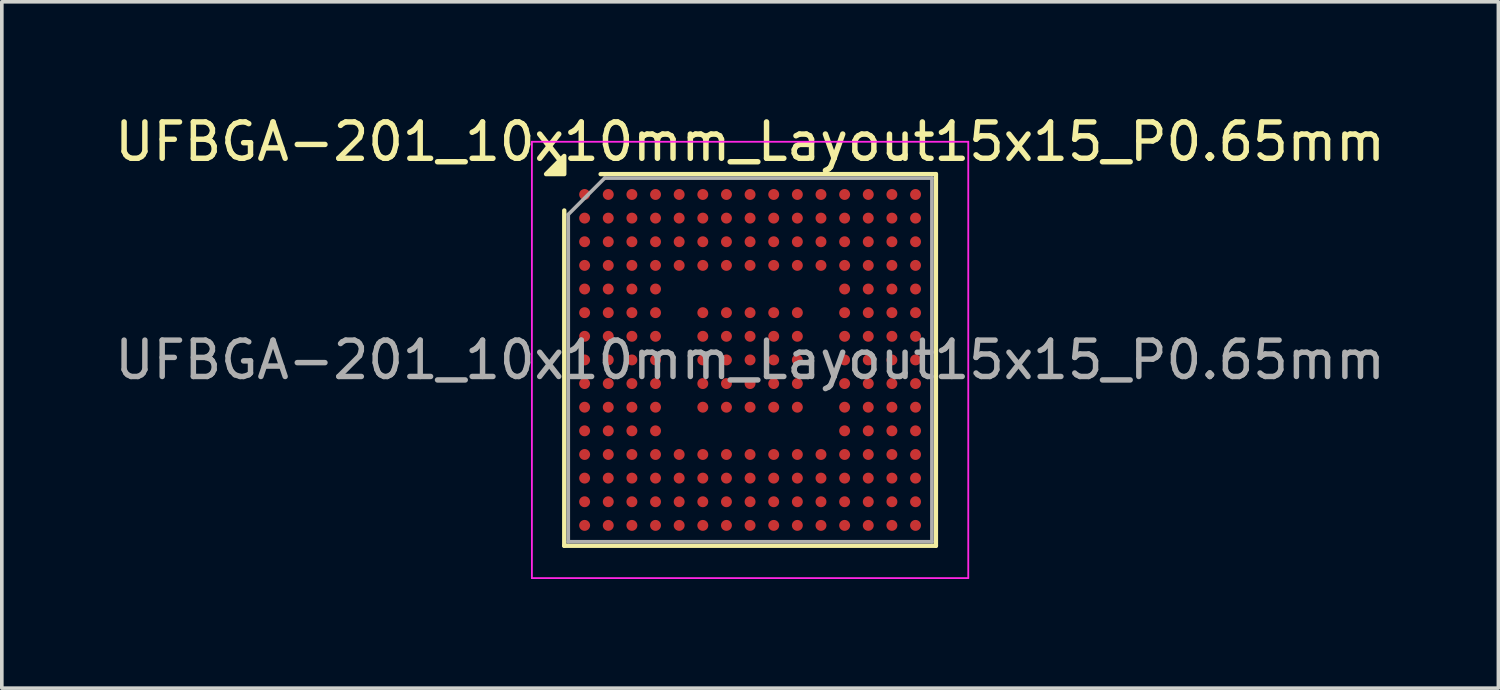
<source format=kicad_pcb>
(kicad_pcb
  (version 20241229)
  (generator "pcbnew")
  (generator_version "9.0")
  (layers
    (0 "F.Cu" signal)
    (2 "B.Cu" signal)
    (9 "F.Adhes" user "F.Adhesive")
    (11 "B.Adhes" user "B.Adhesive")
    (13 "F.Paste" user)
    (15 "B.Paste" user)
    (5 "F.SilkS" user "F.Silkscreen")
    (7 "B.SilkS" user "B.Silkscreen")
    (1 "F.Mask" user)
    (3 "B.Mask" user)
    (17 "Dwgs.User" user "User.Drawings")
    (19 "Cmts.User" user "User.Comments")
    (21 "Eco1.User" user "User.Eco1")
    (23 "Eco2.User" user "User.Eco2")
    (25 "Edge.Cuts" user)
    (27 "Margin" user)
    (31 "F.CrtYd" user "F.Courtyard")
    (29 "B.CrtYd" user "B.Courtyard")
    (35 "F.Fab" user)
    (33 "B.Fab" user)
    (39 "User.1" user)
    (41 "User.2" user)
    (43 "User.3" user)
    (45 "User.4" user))
  (footprint "UFBGA-201_10x10mm_Layout15x15_P0.65mm"
    (layer "F.Cu")
    (at 17.577 6.848)
    (property "Reference" "UFBGA-201_10x10mm_Layout15x15_P0.65mm" (at 0 -6 0) (layer "F.SilkS") (effects (font (size 1 1) (thickness 0.15))))
    (attr smd)
    (fp_line (start -5.11 5.11) (end -5.11 -4.11) (stroke (width 0.12) (type solid)) (layer "F.SilkS"))
    (fp_line (start -4.11 -5.11) (end 5.11 -5.11) (stroke (width 0.12) (type solid)) (layer "F.SilkS"))
    (fp_line (start 5.11 -5.11) (end 5.11 5.11) (stroke (width 0.12) (type solid)) (layer "F.SilkS"))
    (fp_line (start 5.11 5.11) (end -5.11 5.11) (stroke (width 0.12) (type solid)) (layer "F.SilkS"))
    (fp_poly (pts (xy -5.11 -5.11) (xy -5.61 -5.11) (xy -5.11 -5.61) (xy -5.11 -5.11)) (stroke (width 0.12) (type solid)) (fill yes) (layer "F.SilkS"))
    (fp_line (start -6 -6) (end -6 6) (stroke (width 0.05) (type solid)) (layer "F.CrtYd"))
    (fp_line (start -6 6) (end 6 6) (stroke (width 0.05) (type solid)) (layer "F.CrtYd"))
    (fp_line (start 6 -6) (end -6 -6) (stroke (width 0.05) (type solid)) (layer "F.CrtYd"))
    (fp_line (start 6 6) (end 6 -6) (stroke (width 0.05) (type solid)) (layer "F.CrtYd"))
    (fp_line (start -5 -4) (end -4 -5) (stroke (width 0.1) (type solid)) (layer "F.Fab"))
    (fp_line (start -5 5) (end -5 -4) (stroke (width 0.1) (type solid)) (layer "F.Fab"))
    (fp_line (start -4 -5) (end 5 -5) (stroke (width 0.1) (type solid)) (layer "F.Fab"))
    (fp_line (start 5 -5) (end 5 5) (stroke (width 0.1) (type solid)) (layer "F.Fab"))
    (fp_line (start 5 5) (end -5 5) (stroke (width 0.1) (type solid)) (layer "F.Fab"))
    (fp_text user "${REFERENCE}" (at 0 0 0) (layer "F.Fab") (effects (font (size 1 1) (thickness 0.15))))
    (pad "A1" smd circle (at -4.55 -4.55) (size 0.3 0.3) (property pad_prop_bga) (layers "F.Cu" "F.Mask" "F.Paste"))
    (pad "A2" smd circle (at -3.9 -4.55) (size 0.3 0.3) (property pad_prop_bga) (layers "F.Cu" "F.Mask" "F.Paste"))
    (pad "A3" smd circle (at -3.25 -4.55) (size 0.3 0.3) (property pad_prop_bga) (layers "F.Cu" "F.Mask" "F.Paste"))
    (pad "A4" smd circle (at -2.6 -4.55) (size 0.3 0.3) (property pad_prop_bga) (layers "F.Cu" "F.Mask" "F.Paste"))
    (pad "A5" smd circle (at -1.95 -4.55) (size 0.3 0.3) (property pad_prop_bga) (layers "F.Cu" "F.Mask" "F.Paste"))
    (pad "A6" smd circle (at -1.3 -4.55) (size 0.3 0.3) (property pad_prop_bga) (layers "F.Cu" "F.Mask" "F.Paste"))
    (pad "A7" smd circle (at -0.65 -4.55) (size 0.3 0.3) (property pad_prop_bga) (layers "F.Cu" "F.Mask" "F.Paste"))
    (pad "A8" smd circle (at 0 -4.55) (size 0.3 0.3) (property pad_prop_bga) (layers "F.Cu" "F.Mask" "F.Paste"))
    (pad "A9" smd circle (at 0.65 -4.55) (size 0.3 0.3) (property pad_prop_bga) (layers "F.Cu" "F.Mask" "F.Paste"))
    (pad "A10" smd circle (at 1.3 -4.55) (size 0.3 0.3) (property pad_prop_bga) (layers "F.Cu" "F.Mask" "F.Paste"))
    (pad "A11" smd circle (at 1.95 -4.55) (size 0.3 0.3) (property pad_prop_bga) (layers "F.Cu" "F.Mask" "F.Paste"))
    (pad "A12" smd circle (at 2.6 -4.55) (size 0.3 0.3) (property pad_prop_bga) (layers "F.Cu" "F.Mask" "F.Paste"))
    (pad "A13" smd circle (at 3.25 -4.55) (size 0.3 0.3) (property pad_prop_bga) (layers "F.Cu" "F.Mask" "F.Paste"))
    (pad "A14" smd circle (at 3.9 -4.55) (size 0.3 0.3) (property pad_prop_bga) (layers "F.Cu" "F.Mask" "F.Paste"))
    (pad "A15" smd circle (at 4.55 -4.55) (size 0.3 0.3) (property pad_prop_bga) (layers "F.Cu" "F.Mask" "F.Paste"))
    (pad "B1" smd circle (at -4.55 -3.9) (size 0.3 0.3) (property pad_prop_bga) (layers "F.Cu" "F.Mask" "F.Paste"))
    (pad "B2" smd circle (at -3.9 -3.9) (size 0.3 0.3) (property pad_prop_bga) (layers "F.Cu" "F.Mask" "F.Paste"))
    (pad "B3" smd circle (at -3.25 -3.9) (size 0.3 0.3) (property pad_prop_bga) (layers "F.Cu" "F.Mask" "F.Paste"))
    (pad "B4" smd circle (at -2.6 -3.9) (size 0.3 0.3) (property pad_prop_bga) (layers "F.Cu" "F.Mask" "F.Paste"))
    (pad "B5" smd circle (at -1.95 -3.9) (size 0.3 0.3) (property pad_prop_bga) (layers "F.Cu" "F.Mask" "F.Paste"))
    (pad "B6" smd circle (at -1.3 -3.9) (size 0.3 0.3) (property pad_prop_bga) (layers "F.Cu" "F.Mask" "F.Paste"))
    (pad "B7" smd circle (at -0.65 -3.9) (size 0.3 0.3) (property pad_prop_bga) (layers "F.Cu" "F.Mask" "F.Paste"))
    (pad "B8" smd circle (at 0 -3.9) (size 0.3 0.3) (property pad_prop_bga) (layers "F.Cu" "F.Mask" "F.Paste"))
    (pad "B9" smd circle (at 0.65 -3.9) (size 0.3 0.3) (property pad_prop_bga) (layers "F.Cu" "F.Mask" "F.Paste"))
    (pad "B10" smd circle (at 1.3 -3.9) (size 0.3 0.3) (property pad_prop_bga) (layers "F.Cu" "F.Mask" "F.Paste"))
    (pad "B11" smd circle (at 1.95 -3.9) (size 0.3 0.3) (property pad_prop_bga) (layers "F.Cu" "F.Mask" "F.Paste"))
    (pad "B12" smd circle (at 2.6 -3.9) (size 0.3 0.3) (property pad_prop_bga) (layers "F.Cu" "F.Mask" "F.Paste"))
    (pad "B13" smd circle (at 3.25 -3.9) (size 0.3 0.3) (property pad_prop_bga) (layers "F.Cu" "F.Mask" "F.Paste"))
    (pad "B14" smd circle (at 3.9 -3.9) (size 0.3 0.3) (property pad_prop_bga) (layers "F.Cu" "F.Mask" "F.Paste"))
    (pad "B15" smd circle (at 4.55 -3.9) (size 0.3 0.3) (property pad_prop_bga) (layers "F.Cu" "F.Mask" "F.Paste"))
    (pad "C1" smd circle (at -4.55 -3.25) (size 0.3 0.3) (property pad_prop_bga) (layers "F.Cu" "F.Mask" "F.Paste"))
    (pad "C2" smd circle (at -3.9 -3.25) (size 0.3 0.3) (property pad_prop_bga) (layers "F.Cu" "F.Mask" "F.Paste"))
    (pad "C3" smd circle (at -3.25 -3.25) (size 0.3 0.3) (property pad_prop_bga) (layers "F.Cu" "F.Mask" "F.Paste"))
    (pad "C4" smd circle (at -2.6 -3.25) (size 0.3 0.3) (property pad_prop_bga) (layers "F.Cu" "F.Mask" "F.Paste"))
    (pad "C5" smd circle (at -1.95 -3.25) (size 0.3 0.3) (property pad_prop_bga) (layers "F.Cu" "F.Mask" "F.Paste"))
    (pad "C6" smd circle (at -1.3 -3.25) (size 0.3 0.3) (property pad_prop_bga) (layers "F.Cu" "F.Mask" "F.Paste"))
    (pad "C7" smd circle (at -0.65 -3.25) (size 0.3 0.3) (property pad_prop_bga) (layers "F.Cu" "F.Mask" "F.Paste"))
    (pad "C8" smd circle (at 0 -3.25) (size 0.3 0.3) (property pad_prop_bga) (layers "F.Cu" "F.Mask" "F.Paste"))
    (pad "C9" smd circle (at 0.65 -3.25) (size 0.3 0.3) (property pad_prop_bga) (layers "F.Cu" "F.Mask" "F.Paste"))
    (pad "C10" smd circle (at 1.3 -3.25) (size 0.3 0.3) (property pad_prop_bga) (layers "F.Cu" "F.Mask" "F.Paste"))
    (pad "C11" smd circle (at 1.95 -3.25) (size 0.3 0.3) (property pad_prop_bga) (layers "F.Cu" "F.Mask" "F.Paste"))
    (pad "C12" smd circle (at 2.6 -3.25) (size 0.3 0.3) (property pad_prop_bga) (layers "F.Cu" "F.Mask" "F.Paste"))
    (pad "C13" smd circle (at 3.25 -3.25) (size 0.3 0.3) (property pad_prop_bga) (layers "F.Cu" "F.Mask" "F.Paste"))
    (pad "C14" smd circle (at 3.9 -3.25) (size 0.3 0.3) (property pad_prop_bga) (layers "F.Cu" "F.Mask" "F.Paste"))
    (pad "C15" smd circle (at 4.55 -3.25) (size 0.3 0.3) (property pad_prop_bga) (layers "F.Cu" "F.Mask" "F.Paste"))
    (pad "D1" smd circle (at -4.55 -2.6) (size 0.3 0.3) (property pad_prop_bga) (layers "F.Cu" "F.Mask" "F.Paste"))
    (pad "D2" smd circle (at -3.9 -2.6) (size 0.3 0.3) (property pad_prop_bga) (layers "F.Cu" "F.Mask" "F.Paste"))
    (pad "D3" smd circle (at -3.25 -2.6) (size 0.3 0.3) (property pad_prop_bga) (layers "F.Cu" "F.Mask" "F.Paste"))
    (pad "D4" smd circle (at -2.6 -2.6) (size 0.3 0.3) (property pad_prop_bga) (layers "F.Cu" "F.Mask" "F.Paste"))
    (pad "D5" smd circle (at -1.95 -2.6) (size 0.3 0.3) (property pad_prop_bga) (layers "F.Cu" "F.Mask" "F.Paste"))
    (pad "D6" smd circle (at -1.3 -2.6) (size 0.3 0.3) (property pad_prop_bga) (layers "F.Cu" "F.Mask" "F.Paste"))
    (pad "D7" smd circle (at -0.65 -2.6) (size 0.3 0.3) (property pad_prop_bga) (layers "F.Cu" "F.Mask" "F.Paste"))
    (pad "D8" smd circle (at 0 -2.6) (size 0.3 0.3) (property pad_prop_bga) (layers "F.Cu" "F.Mask" "F.Paste"))
    (pad "D9" smd circle (at 0.65 -2.6) (size 0.3 0.3) (property pad_prop_bga) (layers "F.Cu" "F.Mask" "F.Paste"))
    (pad "D10" smd circle (at 1.3 -2.6) (size 0.3 0.3) (property pad_prop_bga) (layers "F.Cu" "F.Mask" "F.Paste"))
    (pad "D11" smd circle (at 1.95 -2.6) (size 0.3 0.3) (property pad_prop_bga) (layers "F.Cu" "F.Mask" "F.Paste"))
    (pad "D12" smd circle (at 2.6 -2.6) (size 0.3 0.3) (property pad_prop_bga) (layers "F.Cu" "F.Mask" "F.Paste"))
    (pad "D13" smd circle (at 3.25 -2.6) (size 0.3 0.3) (property pad_prop_bga) (layers "F.Cu" "F.Mask" "F.Paste"))
    (pad "D14" smd circle (at 3.9 -2.6) (size 0.3 0.3) (property pad_prop_bga) (layers "F.Cu" "F.Mask" "F.Paste"))
    (pad "D15" smd circle (at 4.55 -2.6) (size 0.3 0.3) (property pad_prop_bga) (layers "F.Cu" "F.Mask" "F.Paste"))
    (pad "E1" smd circle (at -4.55 -1.95) (size 0.3 0.3) (property pad_prop_bga) (layers "F.Cu" "F.Mask" "F.Paste"))
    (pad "E2" smd circle (at -3.9 -1.95) (size 0.3 0.3) (property pad_prop_bga) (layers "F.Cu" "F.Mask" "F.Paste"))
    (pad "E3" smd circle (at -3.25 -1.95) (size 0.3 0.3) (property pad_prop_bga) (layers "F.Cu" "F.Mask" "F.Paste"))
    (pad "E4" smd circle (at -2.6 -1.95) (size 0.3 0.3) (property pad_prop_bga) (layers "F.Cu" "F.Mask" "F.Paste"))
    (pad "E12" smd circle (at 2.6 -1.95) (size 0.3 0.3) (property pad_prop_bga) (layers "F.Cu" "F.Mask" "F.Paste"))
    (pad "E13" smd circle (at 3.25 -1.95) (size 0.3 0.3) (property pad_prop_bga) (layers "F.Cu" "F.Mask" "F.Paste"))
    (pad "E14" smd circle (at 3.9 -1.95) (size 0.3 0.3) (property pad_prop_bga) (layers "F.Cu" "F.Mask" "F.Paste"))
    (pad "E15" smd circle (at 4.55 -1.95) (size 0.3 0.3) (property pad_prop_bga) (layers "F.Cu" "F.Mask" "F.Paste"))
    (pad "F1" smd circle (at -4.55 -1.3) (size 0.3 0.3) (property pad_prop_bga) (layers "F.Cu" "F.Mask" "F.Paste"))
    (pad "F2" smd circle (at -3.9 -1.3) (size 0.3 0.3) (property pad_prop_bga) (layers "F.Cu" "F.Mask" "F.Paste"))
    (pad "F3" smd circle (at -3.25 -1.3) (size 0.3 0.3) (property pad_prop_bga) (layers "F.Cu" "F.Mask" "F.Paste"))
    (pad "F4" smd circle (at -2.6 -1.3) (size 0.3 0.3) (property pad_prop_bga) (layers "F.Cu" "F.Mask" "F.Paste"))
    (pad "F6" smd circle (at -1.3 -1.3) (size 0.3 0.3) (property pad_prop_bga) (layers "F.Cu" "F.Mask" "F.Paste"))
    (pad "F7" smd circle (at -0.65 -1.3) (size 0.3 0.3) (property pad_prop_bga) (layers "F.Cu" "F.Mask" "F.Paste"))
    (pad "F8" smd circle (at 0 -1.3) (size 0.3 0.3) (property pad_prop_bga) (layers "F.Cu" "F.Mask" "F.Paste"))
    (pad "F9" smd circle (at 0.65 -1.3) (size 0.3 0.3) (property pad_prop_bga) (layers "F.Cu" "F.Mask" "F.Paste"))
    (pad "F10" smd circle (at 1.3 -1.3) (size 0.3 0.3) (property pad_prop_bga) (layers "F.Cu" "F.Mask" "F.Paste"))
    (pad "F12" smd circle (at 2.6 -1.3) (size 0.3 0.3) (property pad_prop_bga) (layers "F.Cu" "F.Mask" "F.Paste"))
    (pad "F13" smd circle (at 3.25 -1.3) (size 0.3 0.3) (property pad_prop_bga) (layers "F.Cu" "F.Mask" "F.Paste"))
    (pad "F14" smd circle (at 3.9 -1.3) (size 0.3 0.3) (property pad_prop_bga) (layers "F.Cu" "F.Mask" "F.Paste"))
    (pad "F15" smd circle (at 4.55 -1.3) (size 0.3 0.3) (property pad_prop_bga) (layers "F.Cu" "F.Mask" "F.Paste"))
    (pad "G1" smd circle (at -4.55 -0.65) (size 0.3 0.3) (property pad_prop_bga) (layers "F.Cu" "F.Mask" "F.Paste"))
    (pad "G2" smd circle (at -3.9 -0.65) (size 0.3 0.3) (property pad_prop_bga) (layers "F.Cu" "F.Mask" "F.Paste"))
    (pad "G3" smd circle (at -3.25 -0.65) (size 0.3 0.3) (property pad_prop_bga) (layers "F.Cu" "F.Mask" "F.Paste"))
    (pad "G4" smd circle (at -2.6 -0.65) (size 0.3 0.3) (property pad_prop_bga) (layers "F.Cu" "F.Mask" "F.Paste"))
    (pad "G6" smd circle (at -1.3 -0.65) (size 0.3 0.3) (property pad_prop_bga) (layers "F.Cu" "F.Mask" "F.Paste"))
    (pad "G7" smd circle (at -0.65 -0.65) (size 0.3 0.3) (property pad_prop_bga) (layers "F.Cu" "F.Mask" "F.Paste"))
    (pad "G8" smd circle (at 0 -0.65) (size 0.3 0.3) (property pad_prop_bga) (layers "F.Cu" "F.Mask" "F.Paste"))
    (pad "G9" smd circle (at 0.65 -0.65) (size 0.3 0.3) (property pad_prop_bga) (layers "F.Cu" "F.Mask" "F.Paste"))
    (pad "G10" smd circle (at 1.3 -0.65) (size 0.3 0.3) (property pad_prop_bga) (layers "F.Cu" "F.Mask" "F.Paste"))
    (pad "G12" smd circle (at 2.6 -0.65) (size 0.3 0.3) (property pad_prop_bga) (layers "F.Cu" "F.Mask" "F.Paste"))
    (pad "G13" smd circle (at 3.25 -0.65) (size 0.3 0.3) (property pad_prop_bga) (layers "F.Cu" "F.Mask" "F.Paste"))
    (pad "G14" smd circle (at 3.9 -0.65) (size 0.3 0.3) (property pad_prop_bga) (layers "F.Cu" "F.Mask" "F.Paste"))
    (pad "G15" smd circle (at 4.55 -0.65) (size 0.3 0.3) (property pad_prop_bga) (layers "F.Cu" "F.Mask" "F.Paste"))
    (pad "H1" smd circle (at -4.55 0) (size 0.3 0.3) (property pad_prop_bga) (layers "F.Cu" "F.Mask" "F.Paste"))
    (pad "H2" smd circle (at -3.9 0) (size 0.3 0.3) (property pad_prop_bga) (layers "F.Cu" "F.Mask" "F.Paste"))
    (pad "H3" smd circle (at -3.25 0) (size 0.3 0.3) (property pad_prop_bga) (layers "F.Cu" "F.Mask" "F.Paste"))
    (pad "H4" smd circle (at -2.6 0) (size 0.3 0.3) (property pad_prop_bga) (layers "F.Cu" "F.Mask" "F.Paste"))
    (pad "H6" smd circle (at -1.3 0) (size 0.3 0.3) (property pad_prop_bga) (layers "F.Cu" "F.Mask" "F.Paste"))
    (pad "H7" smd circle (at -0.65 0) (size 0.3 0.3) (property pad_prop_bga) (layers "F.Cu" "F.Mask" "F.Paste"))
    (pad "H8" smd circle (at 0 0) (size 0.3 0.3) (property pad_prop_bga) (layers "F.Cu" "F.Mask" "F.Paste"))
    (pad "H9" smd circle (at 0.65 0) (size 0.3 0.3) (property pad_prop_bga) (layers "F.Cu" "F.Mask" "F.Paste"))
    (pad "H10" smd circle (at 1.3 0) (size 0.3 0.3) (property pad_prop_bga) (layers "F.Cu" "F.Mask" "F.Paste"))
    (pad "H12" smd circle (at 2.6 0) (size 0.3 0.3) (property pad_prop_bga) (layers "F.Cu" "F.Mask" "F.Paste"))
    (pad "H13" smd circle (at 3.25 0) (size 0.3 0.3) (property pad_prop_bga) (layers "F.Cu" "F.Mask" "F.Paste"))
    (pad "H14" smd circle (at 3.9 0) (size 0.3 0.3) (property pad_prop_bga) (layers "F.Cu" "F.Mask" "F.Paste"))
    (pad "H15" smd circle (at 4.55 0) (size 0.3 0.3) (property pad_prop_bga) (layers "F.Cu" "F.Mask" "F.Paste"))
    (pad "J1" smd circle (at -4.55 0.65) (size 0.3 0.3) (property pad_prop_bga) (layers "F.Cu" "F.Mask" "F.Paste"))
    (pad "J2" smd circle (at -3.9 0.65) (size 0.3 0.3) (property pad_prop_bga) (layers "F.Cu" "F.Mask" "F.Paste"))
    (pad "J3" smd circle (at -3.25 0.65) (size 0.3 0.3) (property pad_prop_bga) (layers "F.Cu" "F.Mask" "F.Paste"))
    (pad "J4" smd circle (at -2.6 0.65) (size 0.3 0.3) (property pad_prop_bga) (layers "F.Cu" "F.Mask" "F.Paste"))
    (pad "J6" smd circle (at -1.3 0.65) (size 0.3 0.3) (property pad_prop_bga) (layers "F.Cu" "F.Mask" "F.Paste"))
    (pad "J7" smd circle (at -0.65 0.65) (size 0.3 0.3) (property pad_prop_bga) (layers "F.Cu" "F.Mask" "F.Paste"))
    (pad "J8" smd circle (at 0 0.65) (size 0.3 0.3) (property pad_prop_bga) (layers "F.Cu" "F.Mask" "F.Paste"))
    (pad "J9" smd circle (at 0.65 0.65) (size 0.3 0.3) (property pad_prop_bga) (layers "F.Cu" "F.Mask" "F.Paste"))
    (pad "J10" smd circle (at 1.3 0.65) (size 0.3 0.3) (property pad_prop_bga) (layers "F.Cu" "F.Mask" "F.Paste"))
    (pad "J12" smd circle (at 2.6 0.65) (size 0.3 0.3) (property pad_prop_bga) (layers "F.Cu" "F.Mask" "F.Paste"))
    (pad "J13" smd circle (at 3.25 0.65) (size 0.3 0.3) (property pad_prop_bga) (layers "F.Cu" "F.Mask" "F.Paste"))
    (pad "J14" smd circle (at 3.9 0.65) (size 0.3 0.3) (property pad_prop_bga) (layers "F.Cu" "F.Mask" "F.Paste"))
    (pad "J15" smd circle (at 4.55 0.65) (size 0.3 0.3) (property pad_prop_bga) (layers "F.Cu" "F.Mask" "F.Paste"))
    (pad "K1" smd circle (at -4.55 1.3) (size 0.3 0.3) (property pad_prop_bga) (layers "F.Cu" "F.Mask" "F.Paste"))
    (pad "K2" smd circle (at -3.9 1.3) (size 0.3 0.3) (property pad_prop_bga) (layers "F.Cu" "F.Mask" "F.Paste"))
    (pad "K3" smd circle (at -3.25 1.3) (size 0.3 0.3) (property pad_prop_bga) (layers "F.Cu" "F.Mask" "F.Paste"))
    (pad "K4" smd circle (at -2.6 1.3) (size 0.3 0.3) (property pad_prop_bga) (layers "F.Cu" "F.Mask" "F.Paste"))
    (pad "K6" smd circle (at -1.3 1.3) (size 0.3 0.3) (property pad_prop_bga) (layers "F.Cu" "F.Mask" "F.Paste"))
    (pad "K7" smd circle (at -0.65 1.3) (size 0.3 0.3) (property pad_prop_bga) (layers "F.Cu" "F.Mask" "F.Paste"))
    (pad "K8" smd circle (at 0 1.3) (size 0.3 0.3) (property pad_prop_bga) (layers "F.Cu" "F.Mask" "F.Paste"))
    (pad "K9" smd circle (at 0.65 1.3) (size 0.3 0.3) (property pad_prop_bga) (layers "F.Cu" "F.Mask" "F.Paste"))
    (pad "K10" smd circle (at 1.3 1.3) (size 0.3 0.3) (property pad_prop_bga) (layers "F.Cu" "F.Mask" "F.Paste"))
    (pad "K12" smd circle (at 2.6 1.3) (size 0.3 0.3) (property pad_prop_bga) (layers "F.Cu" "F.Mask" "F.Paste"))
    (pad "K13" smd circle (at 3.25 1.3) (size 0.3 0.3) (property pad_prop_bga) (layers "F.Cu" "F.Mask" "F.Paste"))
    (pad "K14" smd circle (at 3.9 1.3) (size 0.3 0.3) (property pad_prop_bga) (layers "F.Cu" "F.Mask" "F.Paste"))
    (pad "K15" smd circle (at 4.55 1.3) (size 0.3 0.3) (property pad_prop_bga) (layers "F.Cu" "F.Mask" "F.Paste"))
    (pad "L1" smd circle (at -4.55 1.95) (size 0.3 0.3) (property pad_prop_bga) (layers "F.Cu" "F.Mask" "F.Paste"))
    (pad "L2" smd circle (at -3.9 1.95) (size 0.3 0.3) (property pad_prop_bga) (layers "F.Cu" "F.Mask" "F.Paste"))
    (pad "L3" smd circle (at -3.25 1.95) (size 0.3 0.3) (property pad_prop_bga) (layers "F.Cu" "F.Mask" "F.Paste"))
    (pad "L4" smd circle (at -2.6 1.95) (size 0.3 0.3) (property pad_prop_bga) (layers "F.Cu" "F.Mask" "F.Paste"))
    (pad "L12" smd circle (at 2.6 1.95) (size 0.3 0.3) (property pad_prop_bga) (layers "F.Cu" "F.Mask" "F.Paste"))
    (pad "L13" smd circle (at 3.25 1.95) (size 0.3 0.3) (property pad_prop_bga) (layers "F.Cu" "F.Mask" "F.Paste"))
    (pad "L14" smd circle (at 3.9 1.95) (size 0.3 0.3) (property pad_prop_bga) (layers "F.Cu" "F.Mask" "F.Paste"))
    (pad "L15" smd circle (at 4.55 1.95) (size 0.3 0.3) (property pad_prop_bga) (layers "F.Cu" "F.Mask" "F.Paste"))
    (pad "M1" smd circle (at -4.55 2.6) (size 0.3 0.3) (property pad_prop_bga) (layers "F.Cu" "F.Mask" "F.Paste"))
    (pad "M2" smd circle (at -3.9 2.6) (size 0.3 0.3) (property pad_prop_bga) (layers "F.Cu" "F.Mask" "F.Paste"))
    (pad "M3" smd circle (at -3.25 2.6) (size 0.3 0.3) (property pad_prop_bga) (layers "F.Cu" "F.Mask" "F.Paste"))
    (pad "M4" smd circle (at -2.6 2.6) (size 0.3 0.3) (property pad_prop_bga) (layers "F.Cu" "F.Mask" "F.Paste"))
    (pad "M5" smd circle (at -1.95 2.6) (size 0.3 0.3) (property pad_prop_bga) (layers "F.Cu" "F.Mask" "F.Paste"))
    (pad "M6" smd circle (at -1.3 2.6) (size 0.3 0.3) (property pad_prop_bga) (layers "F.Cu" "F.Mask" "F.Paste"))
    (pad "M7" smd circle (at -0.65 2.6) (size 0.3 0.3) (property pad_prop_bga) (layers "F.Cu" "F.Mask" "F.Paste"))
    (pad "M8" smd circle (at 0 2.6) (size 0.3 0.3) (property pad_prop_bga) (layers "F.Cu" "F.Mask" "F.Paste"))
    (pad "M9" smd circle (at 0.65 2.6) (size 0.3 0.3) (property pad_prop_bga) (layers "F.Cu" "F.Mask" "F.Paste"))
    (pad "M10" smd circle (at 1.3 2.6) (size 0.3 0.3) (property pad_prop_bga) (layers "F.Cu" "F.Mask" "F.Paste"))
    (pad "M11" smd circle (at 1.95 2.6) (size 0.3 0.3) (property pad_prop_bga) (layers "F.Cu" "F.Mask" "F.Paste"))
    (pad "M12" smd circle (at 2.6 2.6) (size 0.3 0.3) (property pad_prop_bga) (layers "F.Cu" "F.Mask" "F.Paste"))
    (pad "M13" smd circle (at 3.25 2.6) (size 0.3 0.3) (property pad_prop_bga) (layers "F.Cu" "F.Mask" "F.Paste"))
    (pad "M14" smd circle (at 3.9 2.6) (size 0.3 0.3) (property pad_prop_bga) (layers "F.Cu" "F.Mask" "F.Paste"))
    (pad "M15" smd circle (at 4.55 2.6) (size 0.3 0.3) (property pad_prop_bga) (layers "F.Cu" "F.Mask" "F.Paste"))
    (pad "N1" smd circle (at -4.55 3.25) (size 0.3 0.3) (property pad_prop_bga) (layers "F.Cu" "F.Mask" "F.Paste"))
    (pad "N2" smd circle (at -3.9 3.25) (size 0.3 0.3) (property pad_prop_bga) (layers "F.Cu" "F.Mask" "F.Paste"))
    (pad "N3" smd circle (at -3.25 3.25) (size 0.3 0.3) (property pad_prop_bga) (layers "F.Cu" "F.Mask" "F.Paste"))
    (pad "N4" smd circle (at -2.6 3.25) (size 0.3 0.3) (property pad_prop_bga) (layers "F.Cu" "F.Mask" "F.Paste"))
    (pad "N5" smd circle (at -1.95 3.25) (size 0.3 0.3) (property pad_prop_bga) (layers "F.Cu" "F.Mask" "F.Paste"))
    (pad "N6" smd circle (at -1.3 3.25) (size 0.3 0.3) (property pad_prop_bga) (layers "F.Cu" "F.Mask" "F.Paste"))
    (pad "N7" smd circle (at -0.65 3.25) (size 0.3 0.3) (property pad_prop_bga) (layers "F.Cu" "F.Mask" "F.Paste"))
    (pad "N8" smd circle (at 0 3.25) (size 0.3 0.3) (property pad_prop_bga) (layers "F.Cu" "F.Mask" "F.Paste"))
    (pad "N9" smd circle (at 0.65 3.25) (size 0.3 0.3) (property pad_prop_bga) (layers "F.Cu" "F.Mask" "F.Paste"))
    (pad "N10" smd circle (at 1.3 3.25) (size 0.3 0.3) (property pad_prop_bga) (layers "F.Cu" "F.Mask" "F.Paste"))
    (pad "N11" smd circle (at 1.95 3.25) (size 0.3 0.3) (property pad_prop_bga) (layers "F.Cu" "F.Mask" "F.Paste"))
    (pad "N12" smd circle (at 2.6 3.25) (size 0.3 0.3) (property pad_prop_bga) (layers "F.Cu" "F.Mask" "F.Paste"))
    (pad "N13" smd circle (at 3.25 3.25) (size 0.3 0.3) (property pad_prop_bga) (layers "F.Cu" "F.Mask" "F.Paste"))
    (pad "N14" smd circle (at 3.9 3.25) (size 0.3 0.3) (property pad_prop_bga) (layers "F.Cu" "F.Mask" "F.Paste"))
    (pad "N15" smd circle (at 4.55 3.25) (size 0.3 0.3) (property pad_prop_bga) (layers "F.Cu" "F.Mask" "F.Paste"))
    (pad "P1" smd circle (at -4.55 3.9) (size 0.3 0.3) (property pad_prop_bga) (layers "F.Cu" "F.Mask" "F.Paste"))
    (pad "P2" smd circle (at -3.9 3.9) (size 0.3 0.3) (property pad_prop_bga) (layers "F.Cu" "F.Mask" "F.Paste"))
    (pad "P3" smd circle (at -3.25 3.9) (size 0.3 0.3) (property pad_prop_bga) (layers "F.Cu" "F.Mask" "F.Paste"))
    (pad "P4" smd circle (at -2.6 3.9) (size 0.3 0.3) (property pad_prop_bga) (layers "F.Cu" "F.Mask" "F.Paste"))
    (pad "P5" smd circle (at -1.95 3.9) (size 0.3 0.3) (property pad_prop_bga) (layers "F.Cu" "F.Mask" "F.Paste"))
    (pad "P6" smd circle (at -1.3 3.9) (size 0.3 0.3) (property pad_prop_bga) (layers "F.Cu" "F.Mask" "F.Paste"))
    (pad "P7" smd circle (at -0.65 3.9) (size 0.3 0.3) (property pad_prop_bga) (layers "F.Cu" "F.Mask" "F.Paste"))
    (pad "P8" smd circle (at 0 3.9) (size 0.3 0.3) (property pad_prop_bga) (layers "F.Cu" "F.Mask" "F.Paste"))
    (pad "P9" smd circle (at 0.65 3.9) (size 0.3 0.3) (property pad_prop_bga) (layers "F.Cu" "F.Mask" "F.Paste"))
    (pad "P10" smd circle (at 1.3 3.9) (size 0.3 0.3) (property pad_prop_bga) (layers "F.Cu" "F.Mask" "F.Paste"))
    (pad "P11" smd circle (at 1.95 3.9) (size 0.3 0.3) (property pad_prop_bga) (layers "F.Cu" "F.Mask" "F.Paste"))
    (pad "P12" smd circle (at 2.6 3.9) (size 0.3 0.3) (property pad_prop_bga) (layers "F.Cu" "F.Mask" "F.Paste"))
    (pad "P13" smd circle (at 3.25 3.9) (size 0.3 0.3) (property pad_prop_bga) (layers "F.Cu" "F.Mask" "F.Paste"))
    (pad "P14" smd circle (at 3.9 3.9) (size 0.3 0.3) (property pad_prop_bga) (layers "F.Cu" "F.Mask" "F.Paste"))
    (pad "P15" smd circle (at 4.55 3.9) (size 0.3 0.3) (property pad_prop_bga) (layers "F.Cu" "F.Mask" "F.Paste"))
    (pad "R1" smd circle (at -4.55 4.55) (size 0.3 0.3) (property pad_prop_bga) (layers "F.Cu" "F.Mask" "F.Paste"))
    (pad "R2" smd circle (at -3.9 4.55) (size 0.3 0.3) (property pad_prop_bga) (layers "F.Cu" "F.Mask" "F.Paste"))
    (pad "R3" smd circle (at -3.25 4.55) (size 0.3 0.3) (property pad_prop_bga) (layers "F.Cu" "F.Mask" "F.Paste"))
    (pad "R4" smd circle (at -2.6 4.55) (size 0.3 0.3) (property pad_prop_bga) (layers "F.Cu" "F.Mask" "F.Paste"))
    (pad "R5" smd circle (at -1.95 4.55) (size 0.3 0.3) (property pad_prop_bga) (layers "F.Cu" "F.Mask" "F.Paste"))
    (pad "R6" smd circle (at -1.3 4.55) (size 0.3 0.3) (property pad_prop_bga) (layers "F.Cu" "F.Mask" "F.Paste"))
    (pad "R7" smd circle (at -0.65 4.55) (size 0.3 0.3) (property pad_prop_bga) (layers "F.Cu" "F.Mask" "F.Paste"))
    (pad "R8" smd circle (at 0 4.55) (size 0.3 0.3) (property pad_prop_bga) (layers "F.Cu" "F.Mask" "F.Paste"))
    (pad "R9" smd circle (at 0.65 4.55) (size 0.3 0.3) (property pad_prop_bga) (layers "F.Cu" "F.Mask" "F.Paste"))
    (pad "R10" smd circle (at 1.3 4.55) (size 0.3 0.3) (property pad_prop_bga) (layers "F.Cu" "F.Mask" "F.Paste"))
    (pad "R11" smd circle (at 1.95 4.55) (size 0.3 0.3) (property pad_prop_bga) (layers "F.Cu" "F.Mask" "F.Paste"))
    (pad "R12" smd circle (at 2.6 4.55) (size 0.3 0.3) (property pad_prop_bga) (layers "F.Cu" "F.Mask" "F.Paste"))
    (pad "R13" smd circle (at 3.25 4.55) (size 0.3 0.3) (property pad_prop_bga) (layers "F.Cu" "F.Mask" "F.Paste"))
    (pad "R14" smd circle (at 3.9 4.55) (size 0.3 0.3) (property pad_prop_bga) (layers "F.Cu" "F.Mask" "F.Paste"))
    (pad "R15" smd circle (at 4.55 4.55) (size 0.3 0.3) (property pad_prop_bga) (layers "F.Cu" "F.Mask" "F.Paste")))
  (gr_rect
    (start -3 -3)
    (end 38.155 15.873)
    (stroke (width 0.1) (type default))
    (fill no)
    (layer "Edge.Cuts")))
</source>
